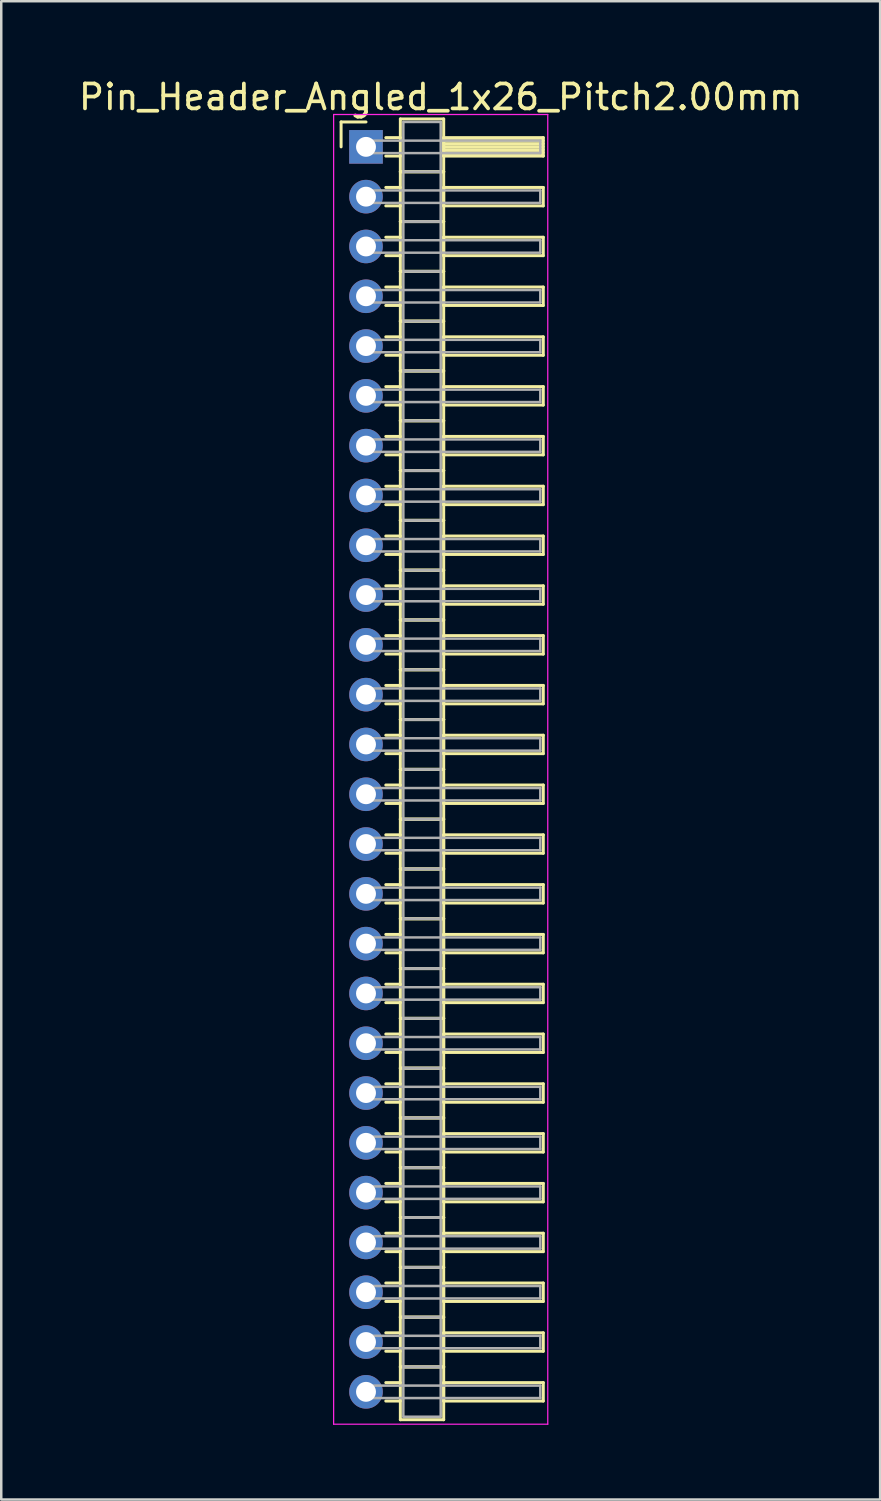
<source format=kicad_pcb>
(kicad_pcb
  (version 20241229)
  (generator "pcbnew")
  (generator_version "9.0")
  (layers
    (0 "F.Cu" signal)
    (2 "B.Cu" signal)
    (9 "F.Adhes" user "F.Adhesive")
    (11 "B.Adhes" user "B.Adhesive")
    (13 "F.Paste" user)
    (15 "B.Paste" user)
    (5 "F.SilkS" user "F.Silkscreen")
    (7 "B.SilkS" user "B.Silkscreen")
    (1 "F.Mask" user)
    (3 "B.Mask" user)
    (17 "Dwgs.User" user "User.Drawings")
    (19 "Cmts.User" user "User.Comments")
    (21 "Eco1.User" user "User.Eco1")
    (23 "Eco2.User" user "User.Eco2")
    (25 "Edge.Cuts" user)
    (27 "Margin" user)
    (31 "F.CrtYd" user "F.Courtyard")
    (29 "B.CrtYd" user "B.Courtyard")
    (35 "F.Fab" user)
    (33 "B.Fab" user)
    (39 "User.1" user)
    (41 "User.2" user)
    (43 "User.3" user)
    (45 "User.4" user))
  (footprint "Pin_Header_Angled_1x26_Pitch2.00mm"
    (layer "F.Cu")
    (at 11.649 2.848)
    (property "Reference" "Pin_Header_Angled_1x26_Pitch2.00mm" (at 3 -2 0) (layer "F.SilkS") (effects (font (size 1 1) (thickness 0.15))))
    (attr through_hole)
    (fp_line (start -1 -1) (end 0 -1) (stroke (width 0.12) (type solid)) (layer "F.SilkS"))
    (fp_line (start -1 0) (end -1 -1) (stroke (width 0.12) (type solid)) (layer "F.SilkS"))
    (fp_line (start 0.795 -0.37) (end 1.38 -0.37) (stroke (width 0.12) (type solid)) (layer "F.SilkS"))
    (fp_line (start 0.795 0.37) (end 1.38 0.37) (stroke (width 0.12) (type solid)) (layer "F.SilkS"))
    (fp_line (start 0.795 1.63) (end 1.38 1.63) (stroke (width 0.12) (type solid)) (layer "F.SilkS"))
    (fp_line (start 0.795 2.37) (end 1.38 2.37) (stroke (width 0.12) (type solid)) (layer "F.SilkS"))
    (fp_line (start 0.795 3.63) (end 1.38 3.63) (stroke (width 0.12) (type solid)) (layer "F.SilkS"))
    (fp_line (start 0.795 4.37) (end 1.38 4.37) (stroke (width 0.12) (type solid)) (layer "F.SilkS"))
    (fp_line (start 0.795 5.63) (end 1.38 5.63) (stroke (width 0.12) (type solid)) (layer "F.SilkS"))
    (fp_line (start 0.795 6.37) (end 1.38 6.37) (stroke (width 0.12) (type solid)) (layer "F.SilkS"))
    (fp_line (start 0.795 7.63) (end 1.38 7.63) (stroke (width 0.12) (type solid)) (layer "F.SilkS"))
    (fp_line (start 0.795 8.37) (end 1.38 8.37) (stroke (width 0.12) (type solid)) (layer "F.SilkS"))
    (fp_line (start 0.795 9.63) (end 1.38 9.63) (stroke (width 0.12) (type solid)) (layer "F.SilkS"))
    (fp_line (start 0.795 10.37) (end 1.38 10.37) (stroke (width 0.12) (type solid)) (layer "F.SilkS"))
    (fp_line (start 0.795 11.63) (end 1.38 11.63) (stroke (width 0.12) (type solid)) (layer "F.SilkS"))
    (fp_line (start 0.795 12.37) (end 1.38 12.37) (stroke (width 0.12) (type solid)) (layer "F.SilkS"))
    (fp_line (start 0.795 13.63) (end 1.38 13.63) (stroke (width 0.12) (type solid)) (layer "F.SilkS"))
    (fp_line (start 0.795 14.37) (end 1.38 14.37) (stroke (width 0.12) (type solid)) (layer "F.SilkS"))
    (fp_line (start 0.795 15.63) (end 1.38 15.63) (stroke (width 0.12) (type solid)) (layer "F.SilkS"))
    (fp_line (start 0.795 16.37) (end 1.38 16.37) (stroke (width 0.12) (type solid)) (layer "F.SilkS"))
    (fp_line (start 0.795 17.63) (end 1.38 17.63) (stroke (width 0.12) (type solid)) (layer "F.SilkS"))
    (fp_line (start 0.795 18.37) (end 1.38 18.37) (stroke (width 0.12) (type solid)) (layer "F.SilkS"))
    (fp_line (start 0.795 19.63) (end 1.38 19.63) (stroke (width 0.12) (type solid)) (layer "F.SilkS"))
    (fp_line (start 0.795 20.37) (end 1.38 20.37) (stroke (width 0.12) (type solid)) (layer "F.SilkS"))
    (fp_line (start 0.795 21.63) (end 1.38 21.63) (stroke (width 0.12) (type solid)) (layer "F.SilkS"))
    (fp_line (start 0.795 22.37) (end 1.38 22.37) (stroke (width 0.12) (type solid)) (layer "F.SilkS"))
    (fp_line (start 0.795 23.63) (end 1.38 23.63) (stroke (width 0.12) (type solid)) (layer "F.SilkS"))
    (fp_line (start 0.795 24.37) (end 1.38 24.37) (stroke (width 0.12) (type solid)) (layer "F.SilkS"))
    (fp_line (start 0.795 25.63) (end 1.38 25.63) (stroke (width 0.12) (type solid)) (layer "F.SilkS"))
    (fp_line (start 0.795 26.37) (end 1.38 26.37) (stroke (width 0.12) (type solid)) (layer "F.SilkS"))
    (fp_line (start 0.795 27.63) (end 1.38 27.63) (stroke (width 0.12) (type solid)) (layer "F.SilkS"))
    (fp_line (start 0.795 28.37) (end 1.38 28.37) (stroke (width 0.12) (type solid)) (layer "F.SilkS"))
    (fp_line (start 0.795 29.63) (end 1.38 29.63) (stroke (width 0.12) (type solid)) (layer "F.SilkS"))
    (fp_line (start 0.795 30.37) (end 1.38 30.37) (stroke (width 0.12) (type solid)) (layer "F.SilkS"))
    (fp_line (start 0.795 31.63) (end 1.38 31.63) (stroke (width 0.12) (type solid)) (layer "F.SilkS"))
    (fp_line (start 0.795 32.37) (end 1.38 32.37) (stroke (width 0.12) (type solid)) (layer "F.SilkS"))
    (fp_line (start 0.795 33.63) (end 1.38 33.63) (stroke (width 0.12) (type solid)) (layer "F.SilkS"))
    (fp_line (start 0.795 34.37) (end 1.38 34.37) (stroke (width 0.12) (type solid)) (layer "F.SilkS"))
    (fp_line (start 0.795 35.63) (end 1.38 35.63) (stroke (width 0.12) (type solid)) (layer "F.SilkS"))
    (fp_line (start 0.795 36.37) (end 1.38 36.37) (stroke (width 0.12) (type solid)) (layer "F.SilkS"))
    (fp_line (start 0.795 37.63) (end 1.38 37.63) (stroke (width 0.12) (type solid)) (layer "F.SilkS"))
    (fp_line (start 0.795 38.37) (end 1.38 38.37) (stroke (width 0.12) (type solid)) (layer "F.SilkS"))
    (fp_line (start 0.795 39.63) (end 1.38 39.63) (stroke (width 0.12) (type solid)) (layer "F.SilkS"))
    (fp_line (start 0.795 40.37) (end 1.38 40.37) (stroke (width 0.12) (type solid)) (layer "F.SilkS"))
    (fp_line (start 0.795 41.63) (end 1.38 41.63) (stroke (width 0.12) (type solid)) (layer "F.SilkS"))
    (fp_line (start 0.795 42.37) (end 1.38 42.37) (stroke (width 0.12) (type solid)) (layer "F.SilkS"))
    (fp_line (start 0.795 43.63) (end 1.38 43.63) (stroke (width 0.12) (type solid)) (layer "F.SilkS"))
    (fp_line (start 0.795 44.37) (end 1.38 44.37) (stroke (width 0.12) (type solid)) (layer "F.SilkS"))
    (fp_line (start 0.795 45.63) (end 1.38 45.63) (stroke (width 0.12) (type solid)) (layer "F.SilkS"))
    (fp_line (start 0.795 46.37) (end 1.38 46.37) (stroke (width 0.12) (type solid)) (layer "F.SilkS"))
    (fp_line (start 0.795 47.63) (end 1.38 47.63) (stroke (width 0.12) (type solid)) (layer "F.SilkS"))
    (fp_line (start 0.795 48.37) (end 1.38 48.37) (stroke (width 0.12) (type solid)) (layer "F.SilkS"))
    (fp_line (start 0.795 49.63) (end 1.38 49.63) (stroke (width 0.12) (type solid)) (layer "F.SilkS"))
    (fp_line (start 0.795 50.37) (end 1.38 50.37) (stroke (width 0.12) (type solid)) (layer "F.SilkS"))
    (fp_line (start 1.38 -1.12) (end 1.38 1) (stroke (width 0.12) (type solid)) (layer "F.SilkS"))
    (fp_line (start 1.38 1) (end 1.38 3) (stroke (width 0.12) (type solid)) (layer "F.SilkS"))
    (fp_line (start 1.38 1) (end 3.12 1) (stroke (width 0.12) (type solid)) (layer "F.SilkS"))
    (fp_line (start 1.38 3) (end 1.38 5) (stroke (width 0.12) (type solid)) (layer "F.SilkS"))
    (fp_line (start 1.38 3) (end 3.12 3) (stroke (width 0.12) (type solid)) (layer "F.SilkS"))
    (fp_line (start 1.38 5) (end 1.38 7) (stroke (width 0.12) (type solid)) (layer "F.SilkS"))
    (fp_line (start 1.38 5) (end 3.12 5) (stroke (width 0.12) (type solid)) (layer "F.SilkS"))
    (fp_line (start 1.38 7) (end 1.38 9) (stroke (width 0.12) (type solid)) (layer "F.SilkS"))
    (fp_line (start 1.38 7) (end 3.12 7) (stroke (width 0.12) (type solid)) (layer "F.SilkS"))
    (fp_line (start 1.38 9) (end 1.38 11) (stroke (width 0.12) (type solid)) (layer "F.SilkS"))
    (fp_line (start 1.38 9) (end 3.12 9) (stroke (width 0.12) (type solid)) (layer "F.SilkS"))
    (fp_line (start 1.38 11) (end 1.38 13) (stroke (width 0.12) (type solid)) (layer "F.SilkS"))
    (fp_line (start 1.38 11) (end 3.12 11) (stroke (width 0.12) (type solid)) (layer "F.SilkS"))
    (fp_line (start 1.38 13) (end 1.38 15) (stroke (width 0.12) (type solid)) (layer "F.SilkS"))
    (fp_line (start 1.38 13) (end 3.12 13) (stroke (width 0.12) (type solid)) (layer "F.SilkS"))
    (fp_line (start 1.38 15) (end 1.38 17) (stroke (width 0.12) (type solid)) (layer "F.SilkS"))
    (fp_line (start 1.38 15) (end 3.12 15) (stroke (width 0.12) (type solid)) (layer "F.SilkS"))
    (fp_line (start 1.38 17) (end 1.38 19) (stroke (width 0.12) (type solid)) (layer "F.SilkS"))
    (fp_line (start 1.38 17) (end 3.12 17) (stroke (width 0.12) (type solid)) (layer "F.SilkS"))
    (fp_line (start 1.38 19) (end 1.38 21) (stroke (width 0.12) (type solid)) (layer "F.SilkS"))
    (fp_line (start 1.38 19) (end 3.12 19) (stroke (width 0.12) (type solid)) (layer "F.SilkS"))
    (fp_line (start 1.38 21) (end 1.38 23) (stroke (width 0.12) (type solid)) (layer "F.SilkS"))
    (fp_line (start 1.38 21) (end 3.12 21) (stroke (width 0.12) (type solid)) (layer "F.SilkS"))
    (fp_line (start 1.38 23) (end 1.38 25) (stroke (width 0.12) (type solid)) (layer "F.SilkS"))
    (fp_line (start 1.38 23) (end 3.12 23) (stroke (width 0.12) (type solid)) (layer "F.SilkS"))
    (fp_line (start 1.38 25) (end 1.38 27) (stroke (width 0.12) (type solid)) (layer "F.SilkS"))
    (fp_line (start 1.38 25) (end 3.12 25) (stroke (width 0.12) (type solid)) (layer "F.SilkS"))
    (fp_line (start 1.38 27) (end 1.38 29) (stroke (width 0.12) (type solid)) (layer "F.SilkS"))
    (fp_line (start 1.38 27) (end 3.12 27) (stroke (width 0.12) (type solid)) (layer "F.SilkS"))
    (fp_line (start 1.38 29) (end 1.38 31) (stroke (width 0.12) (type solid)) (layer "F.SilkS"))
    (fp_line (start 1.38 29) (end 3.12 29) (stroke (width 0.12) (type solid)) (layer "F.SilkS"))
    (fp_line (start 1.38 31) (end 1.38 33) (stroke (width 0.12) (type solid)) (layer "F.SilkS"))
    (fp_line (start 1.38 31) (end 3.12 31) (stroke (width 0.12) (type solid)) (layer "F.SilkS"))
    (fp_line (start 1.38 33) (end 1.38 35) (stroke (width 0.12) (type solid)) (layer "F.SilkS"))
    (fp_line (start 1.38 33) (end 3.12 33) (stroke (width 0.12) (type solid)) (layer "F.SilkS"))
    (fp_line (start 1.38 35) (end 1.38 37) (stroke (width 0.12) (type solid)) (layer "F.SilkS"))
    (fp_line (start 1.38 35) (end 3.12 35) (stroke (width 0.12) (type solid)) (layer "F.SilkS"))
    (fp_line (start 1.38 37) (end 1.38 39) (stroke (width 0.12) (type solid)) (layer "F.SilkS"))
    (fp_line (start 1.38 37) (end 3.12 37) (stroke (width 0.12) (type solid)) (layer "F.SilkS"))
    (fp_line (start 1.38 39) (end 1.38 41) (stroke (width 0.12) (type solid)) (layer "F.SilkS"))
    (fp_line (start 1.38 39) (end 3.12 39) (stroke (width 0.12) (type solid)) (layer "F.SilkS"))
    (fp_line (start 1.38 41) (end 1.38 43) (stroke (width 0.12) (type solid)) (layer "F.SilkS"))
    (fp_line (start 1.38 41) (end 3.12 41) (stroke (width 0.12) (type solid)) (layer "F.SilkS"))
    (fp_line (start 1.38 43) (end 1.38 45) (stroke (width 0.12) (type solid)) (layer "F.SilkS"))
    (fp_line (start 1.38 43) (end 3.12 43) (stroke (width 0.12) (type solid)) (layer "F.SilkS"))
    (fp_line (start 1.38 45) (end 1.38 47) (stroke (width 0.12) (type solid)) (layer "F.SilkS"))
    (fp_line (start 1.38 45) (end 3.12 45) (stroke (width 0.12) (type solid)) (layer "F.SilkS"))
    (fp_line (start 1.38 47) (end 1.38 49) (stroke (width 0.12) (type solid)) (layer "F.SilkS"))
    (fp_line (start 1.38 47) (end 3.12 47) (stroke (width 0.12) (type solid)) (layer "F.SilkS"))
    (fp_line (start 1.38 49) (end 1.38 51.12) (stroke (width 0.12) (type solid)) (layer "F.SilkS"))
    (fp_line (start 1.38 49) (end 3.12 49) (stroke (width 0.12) (type solid)) (layer "F.SilkS"))
    (fp_line (start 1.38 51.12) (end 3.12 51.12) (stroke (width 0.12) (type solid)) (layer "F.SilkS"))
    (fp_line (start 3.12 -1.12) (end 1.38 -1.12) (stroke (width 0.12) (type solid)) (layer "F.SilkS"))
    (fp_line (start 3.12 -0.37) (end 3.12 0.37) (stroke (width 0.12) (type solid)) (layer "F.SilkS"))
    (fp_line (start 3.12 -0.25) (end 7.12 -0.25) (stroke (width 0.12) (type solid)) (layer "F.SilkS"))
    (fp_line (start 3.12 -0.13) (end 7.12 -0.13) (stroke (width 0.12) (type solid)) (layer "F.SilkS"))
    (fp_line (start 3.12 -0.01) (end 7.12 -0.01) (stroke (width 0.12) (type solid)) (layer "F.SilkS"))
    (fp_line (start 3.12 0.11) (end 7.12 0.11) (stroke (width 0.12) (type solid)) (layer "F.SilkS"))
    (fp_line (start 3.12 0.23) (end 7.12 0.23) (stroke (width 0.12) (type solid)) (layer "F.SilkS"))
    (fp_line (start 3.12 0.35) (end 7.12 0.35) (stroke (width 0.12) (type solid)) (layer "F.SilkS"))
    (fp_line (start 3.12 0.37) (end 7.12 0.37) (stroke (width 0.12) (type solid)) (layer "F.SilkS"))
    (fp_line (start 3.12 1) (end 1.38 1) (stroke (width 0.12) (type solid)) (layer "F.SilkS"))
    (fp_line (start 3.12 1) (end 3.12 -1.12) (stroke (width 0.12) (type solid)) (layer "F.SilkS"))
    (fp_line (start 3.12 1.63) (end 3.12 2.37) (stroke (width 0.12) (type solid)) (layer "F.SilkS"))
    (fp_line (start 3.12 2.37) (end 7.12 2.37) (stroke (width 0.12) (type solid)) (layer "F.SilkS"))
    (fp_line (start 3.12 3) (end 1.38 3) (stroke (width 0.12) (type solid)) (layer "F.SilkS"))
    (fp_line (start 3.12 3) (end 3.12 1) (stroke (width 0.12) (type solid)) (layer "F.SilkS"))
    (fp_line (start 3.12 3.63) (end 3.12 4.37) (stroke (width 0.12) (type solid)) (layer "F.SilkS"))
    (fp_line (start 3.12 4.37) (end 7.12 4.37) (stroke (width 0.12) (type solid)) (layer "F.SilkS"))
    (fp_line (start 3.12 5) (end 1.38 5) (stroke (width 0.12) (type solid)) (layer "F.SilkS"))
    (fp_line (start 3.12 5) (end 3.12 3) (stroke (width 0.12) (type solid)) (layer "F.SilkS"))
    (fp_line (start 3.12 5.63) (end 3.12 6.37) (stroke (width 0.12) (type solid)) (layer "F.SilkS"))
    (fp_line (start 3.12 6.37) (end 7.12 6.37) (stroke (width 0.12) (type solid)) (layer "F.SilkS"))
    (fp_line (start 3.12 7) (end 1.38 7) (stroke (width 0.12) (type solid)) (layer "F.SilkS"))
    (fp_line (start 3.12 7) (end 3.12 5) (stroke (width 0.12) (type solid)) (layer "F.SilkS"))
    (fp_line (start 3.12 7.63) (end 3.12 8.37) (stroke (width 0.12) (type solid)) (layer "F.SilkS"))
    (fp_line (start 3.12 8.37) (end 7.12 8.37) (stroke (width 0.12) (type solid)) (layer "F.SilkS"))
    (fp_line (start 3.12 9) (end 1.38 9) (stroke (width 0.12) (type solid)) (layer "F.SilkS"))
    (fp_line (start 3.12 9) (end 3.12 7) (stroke (width 0.12) (type solid)) (layer "F.SilkS"))
    (fp_line (start 3.12 9.63) (end 3.12 10.37) (stroke (width 0.12) (type solid)) (layer "F.SilkS"))
    (fp_line (start 3.12 10.37) (end 7.12 10.37) (stroke (width 0.12) (type solid)) (layer "F.SilkS"))
    (fp_line (start 3.12 11) (end 1.38 11) (stroke (width 0.12) (type solid)) (layer "F.SilkS"))
    (fp_line (start 3.12 11) (end 3.12 9) (stroke (width 0.12) (type solid)) (layer "F.SilkS"))
    (fp_line (start 3.12 11.63) (end 3.12 12.37) (stroke (width 0.12) (type solid)) (layer "F.SilkS"))
    (fp_line (start 3.12 12.37) (end 7.12 12.37) (stroke (width 0.12) (type solid)) (layer "F.SilkS"))
    (fp_line (start 3.12 13) (end 1.38 13) (stroke (width 0.12) (type solid)) (layer "F.SilkS"))
    (fp_line (start 3.12 13) (end 3.12 11) (stroke (width 0.12) (type solid)) (layer "F.SilkS"))
    (fp_line (start 3.12 13.63) (end 3.12 14.37) (stroke (width 0.12) (type solid)) (layer "F.SilkS"))
    (fp_line (start 3.12 14.37) (end 7.12 14.37) (stroke (width 0.12) (type solid)) (layer "F.SilkS"))
    (fp_line (start 3.12 15) (end 1.38 15) (stroke (width 0.12) (type solid)) (layer "F.SilkS"))
    (fp_line (start 3.12 15) (end 3.12 13) (stroke (width 0.12) (type solid)) (layer "F.SilkS"))
    (fp_line (start 3.12 15.63) (end 3.12 16.37) (stroke (width 0.12) (type solid)) (layer "F.SilkS"))
    (fp_line (start 3.12 16.37) (end 7.12 16.37) (stroke (width 0.12) (type solid)) (layer "F.SilkS"))
    (fp_line (start 3.12 17) (end 1.38 17) (stroke (width 0.12) (type solid)) (layer "F.SilkS"))
    (fp_line (start 3.12 17) (end 3.12 15) (stroke (width 0.12) (type solid)) (layer "F.SilkS"))
    (fp_line (start 3.12 17.63) (end 3.12 18.37) (stroke (width 0.12) (type solid)) (layer "F.SilkS"))
    (fp_line (start 3.12 18.37) (end 7.12 18.37) (stroke (width 0.12) (type solid)) (layer "F.SilkS"))
    (fp_line (start 3.12 19) (end 1.38 19) (stroke (width 0.12) (type solid)) (layer "F.SilkS"))
    (fp_line (start 3.12 19) (end 3.12 17) (stroke (width 0.12) (type solid)) (layer "F.SilkS"))
    (fp_line (start 3.12 19.63) (end 3.12 20.37) (stroke (width 0.12) (type solid)) (layer "F.SilkS"))
    (fp_line (start 3.12 20.37) (end 7.12 20.37) (stroke (width 0.12) (type solid)) (layer "F.SilkS"))
    (fp_line (start 3.12 21) (end 1.38 21) (stroke (width 0.12) (type solid)) (layer "F.SilkS"))
    (fp_line (start 3.12 21) (end 3.12 19) (stroke (width 0.12) (type solid)) (layer "F.SilkS"))
    (fp_line (start 3.12 21.63) (end 3.12 22.37) (stroke (width 0.12) (type solid)) (layer "F.SilkS"))
    (fp_line (start 3.12 22.37) (end 7.12 22.37) (stroke (width 0.12) (type solid)) (layer "F.SilkS"))
    (fp_line (start 3.12 23) (end 1.38 23) (stroke (width 0.12) (type solid)) (layer "F.SilkS"))
    (fp_line (start 3.12 23) (end 3.12 21) (stroke (width 0.12) (type solid)) (layer "F.SilkS"))
    (fp_line (start 3.12 23.63) (end 3.12 24.37) (stroke (width 0.12) (type solid)) (layer "F.SilkS"))
    (fp_line (start 3.12 24.37) (end 7.12 24.37) (stroke (width 0.12) (type solid)) (layer "F.SilkS"))
    (fp_line (start 3.12 25) (end 1.38 25) (stroke (width 0.12) (type solid)) (layer "F.SilkS"))
    (fp_line (start 3.12 25) (end 3.12 23) (stroke (width 0.12) (type solid)) (layer "F.SilkS"))
    (fp_line (start 3.12 25.63) (end 3.12 26.37) (stroke (width 0.12) (type solid)) (layer "F.SilkS"))
    (fp_line (start 3.12 26.37) (end 7.12 26.37) (stroke (width 0.12) (type solid)) (layer "F.SilkS"))
    (fp_line (start 3.12 27) (end 1.38 27) (stroke (width 0.12) (type solid)) (layer "F.SilkS"))
    (fp_line (start 3.12 27) (end 3.12 25) (stroke (width 0.12) (type solid)) (layer "F.SilkS"))
    (fp_line (start 3.12 27.63) (end 3.12 28.37) (stroke (width 0.12) (type solid)) (layer "F.SilkS"))
    (fp_line (start 3.12 28.37) (end 7.12 28.37) (stroke (width 0.12) (type solid)) (layer "F.SilkS"))
    (fp_line (start 3.12 29) (end 1.38 29) (stroke (width 0.12) (type solid)) (layer "F.SilkS"))
    (fp_line (start 3.12 29) (end 3.12 27) (stroke (width 0.12) (type solid)) (layer "F.SilkS"))
    (fp_line (start 3.12 29.63) (end 3.12 30.37) (stroke (width 0.12) (type solid)) (layer "F.SilkS"))
    (fp_line (start 3.12 30.37) (end 7.12 30.37) (stroke (width 0.12) (type solid)) (layer "F.SilkS"))
    (fp_line (start 3.12 31) (end 1.38 31) (stroke (width 0.12) (type solid)) (layer "F.SilkS"))
    (fp_line (start 3.12 31) (end 3.12 29) (stroke (width 0.12) (type solid)) (layer "F.SilkS"))
    (fp_line (start 3.12 31.63) (end 3.12 32.37) (stroke (width 0.12) (type solid)) (layer "F.SilkS"))
    (fp_line (start 3.12 32.37) (end 7.12 32.37) (stroke (width 0.12) (type solid)) (layer "F.SilkS"))
    (fp_line (start 3.12 33) (end 1.38 33) (stroke (width 0.12) (type solid)) (layer "F.SilkS"))
    (fp_line (start 3.12 33) (end 3.12 31) (stroke (width 0.12) (type solid)) (layer "F.SilkS"))
    (fp_line (start 3.12 33.63) (end 3.12 34.37) (stroke (width 0.12) (type solid)) (layer "F.SilkS"))
    (fp_line (start 3.12 34.37) (end 7.12 34.37) (stroke (width 0.12) (type solid)) (layer "F.SilkS"))
    (fp_line (start 3.12 35) (end 1.38 35) (stroke (width 0.12) (type solid)) (layer "F.SilkS"))
    (fp_line (start 3.12 35) (end 3.12 33) (stroke (width 0.12) (type solid)) (layer "F.SilkS"))
    (fp_line (start 3.12 35.63) (end 3.12 36.37) (stroke (width 0.12) (type solid)) (layer "F.SilkS"))
    (fp_line (start 3.12 36.37) (end 7.12 36.37) (stroke (width 0.12) (type solid)) (layer "F.SilkS"))
    (fp_line (start 3.12 37) (end 1.38 37) (stroke (width 0.12) (type solid)) (layer "F.SilkS"))
    (fp_line (start 3.12 37) (end 3.12 35) (stroke (width 0.12) (type solid)) (layer "F.SilkS"))
    (fp_line (start 3.12 37.63) (end 3.12 38.37) (stroke (width 0.12) (type solid)) (layer "F.SilkS"))
    (fp_line (start 3.12 38.37) (end 7.12 38.37) (stroke (width 0.12) (type solid)) (layer "F.SilkS"))
    (fp_line (start 3.12 39) (end 1.38 39) (stroke (width 0.12) (type solid)) (layer "F.SilkS"))
    (fp_line (start 3.12 39) (end 3.12 37) (stroke (width 0.12) (type solid)) (layer "F.SilkS"))
    (fp_line (start 3.12 39.63) (end 3.12 40.37) (stroke (width 0.12) (type solid)) (layer "F.SilkS"))
    (fp_line (start 3.12 40.37) (end 7.12 40.37) (stroke (width 0.12) (type solid)) (layer "F.SilkS"))
    (fp_line (start 3.12 41) (end 1.38 41) (stroke (width 0.12) (type solid)) (layer "F.SilkS"))
    (fp_line (start 3.12 41) (end 3.12 39) (stroke (width 0.12) (type solid)) (layer "F.SilkS"))
    (fp_line (start 3.12 41.63) (end 3.12 42.37) (stroke (width 0.12) (type solid)) (layer "F.SilkS"))
    (fp_line (start 3.12 42.37) (end 7.12 42.37) (stroke (width 0.12) (type solid)) (layer "F.SilkS"))
    (fp_line (start 3.12 43) (end 1.38 43) (stroke (width 0.12) (type solid)) (layer "F.SilkS"))
    (fp_line (start 3.12 43) (end 3.12 41) (stroke (width 0.12) (type solid)) (layer "F.SilkS"))
    (fp_line (start 3.12 43.63) (end 3.12 44.37) (stroke (width 0.12) (type solid)) (layer "F.SilkS"))
    (fp_line (start 3.12 44.37) (end 7.12 44.37) (stroke (width 0.12) (type solid)) (layer "F.SilkS"))
    (fp_line (start 3.12 45) (end 1.38 45) (stroke (width 0.12) (type solid)) (layer "F.SilkS"))
    (fp_line (start 3.12 45) (end 3.12 43) (stroke (width 0.12) (type solid)) (layer "F.SilkS"))
    (fp_line (start 3.12 45.63) (end 3.12 46.37) (stroke (width 0.12) (type solid)) (layer "F.SilkS"))
    (fp_line (start 3.12 46.37) (end 7.12 46.37) (stroke (width 0.12) (type solid)) (layer "F.SilkS"))
    (fp_line (start 3.12 47) (end 1.38 47) (stroke (width 0.12) (type solid)) (layer "F.SilkS"))
    (fp_line (start 3.12 47) (end 3.12 45) (stroke (width 0.12) (type solid)) (layer "F.SilkS"))
    (fp_line (start 3.12 47.63) (end 3.12 48.37) (stroke (width 0.12) (type solid)) (layer "F.SilkS"))
    (fp_line (start 3.12 48.37) (end 7.12 48.37) (stroke (width 0.12) (type solid)) (layer "F.SilkS"))
    (fp_line (start 3.12 49) (end 1.38 49) (stroke (width 0.12) (type solid)) (layer "F.SilkS"))
    (fp_line (start 3.12 49) (end 3.12 47) (stroke (width 0.12) (type solid)) (layer "F.SilkS"))
    (fp_line (start 3.12 49.63) (end 3.12 50.37) (stroke (width 0.12) (type solid)) (layer "F.SilkS"))
    (fp_line (start 3.12 50.37) (end 7.12 50.37) (stroke (width 0.12) (type solid)) (layer "F.SilkS"))
    (fp_line (start 3.12 51.12) (end 3.12 49) (stroke (width 0.12) (type solid)) (layer "F.SilkS"))
    (fp_line (start 7.12 -0.37) (end 3.12 -0.37) (stroke (width 0.12) (type solid)) (layer "F.SilkS"))
    (fp_line (start 7.12 0.37) (end 7.12 -0.37) (stroke (width 0.12) (type solid)) (layer "F.SilkS"))
    (fp_line (start 7.12 1.63) (end 3.12 1.63) (stroke (width 0.12) (type solid)) (layer "F.SilkS"))
    (fp_line (start 7.12 2.37) (end 7.12 1.63) (stroke (width 0.12) (type solid)) (layer "F.SilkS"))
    (fp_line (start 7.12 3.63) (end 3.12 3.63) (stroke (width 0.12) (type solid)) (layer "F.SilkS"))
    (fp_line (start 7.12 4.37) (end 7.12 3.63) (stroke (width 0.12) (type solid)) (layer "F.SilkS"))
    (fp_line (start 7.12 5.63) (end 3.12 5.63) (stroke (width 0.12) (type solid)) (layer "F.SilkS"))
    (fp_line (start 7.12 6.37) (end 7.12 5.63) (stroke (width 0.12) (type solid)) (layer "F.SilkS"))
    (fp_line (start 7.12 7.63) (end 3.12 7.63) (stroke (width 0.12) (type solid)) (layer "F.SilkS"))
    (fp_line (start 7.12 8.37) (end 7.12 7.63) (stroke (width 0.12) (type solid)) (layer "F.SilkS"))
    (fp_line (start 7.12 9.63) (end 3.12 9.63) (stroke (width 0.12) (type solid)) (layer "F.SilkS"))
    (fp_line (start 7.12 10.37) (end 7.12 9.63) (stroke (width 0.12) (type solid)) (layer "F.SilkS"))
    (fp_line (start 7.12 11.63) (end 3.12 11.63) (stroke (width 0.12) (type solid)) (layer "F.SilkS"))
    (fp_line (start 7.12 12.37) (end 7.12 11.63) (stroke (width 0.12) (type solid)) (layer "F.SilkS"))
    (fp_line (start 7.12 13.63) (end 3.12 13.63) (stroke (width 0.12) (type solid)) (layer "F.SilkS"))
    (fp_line (start 7.12 14.37) (end 7.12 13.63) (stroke (width 0.12) (type solid)) (layer "F.SilkS"))
    (fp_line (start 7.12 15.63) (end 3.12 15.63) (stroke (width 0.12) (type solid)) (layer "F.SilkS"))
    (fp_line (start 7.12 16.37) (end 7.12 15.63) (stroke (width 0.12) (type solid)) (layer "F.SilkS"))
    (fp_line (start 7.12 17.63) (end 3.12 17.63) (stroke (width 0.12) (type solid)) (layer "F.SilkS"))
    (fp_line (start 7.12 18.37) (end 7.12 17.63) (stroke (width 0.12) (type solid)) (layer "F.SilkS"))
    (fp_line (start 7.12 19.63) (end 3.12 19.63) (stroke (width 0.12) (type solid)) (layer "F.SilkS"))
    (fp_line (start 7.12 20.37) (end 7.12 19.63) (stroke (width 0.12) (type solid)) (layer "F.SilkS"))
    (fp_line (start 7.12 21.63) (end 3.12 21.63) (stroke (width 0.12) (type solid)) (layer "F.SilkS"))
    (fp_line (start 7.12 22.37) (end 7.12 21.63) (stroke (width 0.12) (type solid)) (layer "F.SilkS"))
    (fp_line (start 7.12 23.63) (end 3.12 23.63) (stroke (width 0.12) (type solid)) (layer "F.SilkS"))
    (fp_line (start 7.12 24.37) (end 7.12 23.63) (stroke (width 0.12) (type solid)) (layer "F.SilkS"))
    (fp_line (start 7.12 25.63) (end 3.12 25.63) (stroke (width 0.12) (type solid)) (layer "F.SilkS"))
    (fp_line (start 7.12 26.37) (end 7.12 25.63) (stroke (width 0.12) (type solid)) (layer "F.SilkS"))
    (fp_line (start 7.12 27.63) (end 3.12 27.63) (stroke (width 0.12) (type solid)) (layer "F.SilkS"))
    (fp_line (start 7.12 28.37) (end 7.12 27.63) (stroke (width 0.12) (type solid)) (layer "F.SilkS"))
    (fp_line (start 7.12 29.63) (end 3.12 29.63) (stroke (width 0.12) (type solid)) (layer "F.SilkS"))
    (fp_line (start 7.12 30.37) (end 7.12 29.63) (stroke (width 0.12) (type solid)) (layer "F.SilkS"))
    (fp_line (start 7.12 31.63) (end 3.12 31.63) (stroke (width 0.12) (type solid)) (layer "F.SilkS"))
    (fp_line (start 7.12 32.37) (end 7.12 31.63) (stroke (width 0.12) (type solid)) (layer "F.SilkS"))
    (fp_line (start 7.12 33.63) (end 3.12 33.63) (stroke (width 0.12) (type solid)) (layer "F.SilkS"))
    (fp_line (start 7.12 34.37) (end 7.12 33.63) (stroke (width 0.12) (type solid)) (layer "F.SilkS"))
    (fp_line (start 7.12 35.63) (end 3.12 35.63) (stroke (width 0.12) (type solid)) (layer "F.SilkS"))
    (fp_line (start 7.12 36.37) (end 7.12 35.63) (stroke (width 0.12) (type solid)) (layer "F.SilkS"))
    (fp_line (start 7.12 37.63) (end 3.12 37.63) (stroke (width 0.12) (type solid)) (layer "F.SilkS"))
    (fp_line (start 7.12 38.37) (end 7.12 37.63) (stroke (width 0.12) (type solid)) (layer "F.SilkS"))
    (fp_line (start 7.12 39.63) (end 3.12 39.63) (stroke (width 0.12) (type solid)) (layer "F.SilkS"))
    (fp_line (start 7.12 40.37) (end 7.12 39.63) (stroke (width 0.12) (type solid)) (layer "F.SilkS"))
    (fp_line (start 7.12 41.63) (end 3.12 41.63) (stroke (width 0.12) (type solid)) (layer "F.SilkS"))
    (fp_line (start 7.12 42.37) (end 7.12 41.63) (stroke (width 0.12) (type solid)) (layer "F.SilkS"))
    (fp_line (start 7.12 43.63) (end 3.12 43.63) (stroke (width 0.12) (type solid)) (layer "F.SilkS"))
    (fp_line (start 7.12 44.37) (end 7.12 43.63) (stroke (width 0.12) (type solid)) (layer "F.SilkS"))
    (fp_line (start 7.12 45.63) (end 3.12 45.63) (stroke (width 0.12) (type solid)) (layer "F.SilkS"))
    (fp_line (start 7.12 46.37) (end 7.12 45.63) (stroke (width 0.12) (type solid)) (layer "F.SilkS"))
    (fp_line (start 7.12 47.63) (end 3.12 47.63) (stroke (width 0.12) (type solid)) (layer "F.SilkS"))
    (fp_line (start 7.12 48.37) (end 7.12 47.63) (stroke (width 0.12) (type solid)) (layer "F.SilkS"))
    (fp_line (start 7.12 49.63) (end 3.12 49.63) (stroke (width 0.12) (type solid)) (layer "F.SilkS"))
    (fp_line (start 7.12 50.37) (end 7.12 49.63) (stroke (width 0.12) (type solid)) (layer "F.SilkS"))
    (fp_line (start -1.3 -1.3) (end -1.3 51.3) (stroke (width 0.05) (type solid)) (layer "F.CrtYd"))
    (fp_line (start -1.3 51.3) (end 7.3 51.3) (stroke (width 0.05) (type solid)) (layer "F.CrtYd"))
    (fp_line (start 7.3 -1.3) (end -1.3 -1.3) (stroke (width 0.05) (type solid)) (layer "F.CrtYd"))
    (fp_line (start 7.3 51.3) (end 7.3 -1.3) (stroke (width 0.05) (type solid)) (layer "F.CrtYd"))
    (fp_line (start 0 -0.25) (end 0 0.25) (stroke (width 0.1) (type solid)) (layer "F.Fab"))
    (fp_line (start 0 0.25) (end 7 0.25) (stroke (width 0.1) (type solid)) (layer "F.Fab"))
    (fp_line (start 0 1.75) (end 0 2.25) (stroke (width 0.1) (type solid)) (layer "F.Fab"))
    (fp_line (start 0 2.25) (end 7 2.25) (stroke (width 0.1) (type solid)) (layer "F.Fab"))
    (fp_line (start 0 3.75) (end 0 4.25) (stroke (width 0.1) (type solid)) (layer "F.Fab"))
    (fp_line (start 0 4.25) (end 7 4.25) (stroke (width 0.1) (type solid)) (layer "F.Fab"))
    (fp_line (start 0 5.75) (end 0 6.25) (stroke (width 0.1) (type solid)) (layer "F.Fab"))
    (fp_line (start 0 6.25) (end 7 6.25) (stroke (width 0.1) (type solid)) (layer "F.Fab"))
    (fp_line (start 0 7.75) (end 0 8.25) (stroke (width 0.1) (type solid)) (layer "F.Fab"))
    (fp_line (start 0 8.25) (end 7 8.25) (stroke (width 0.1) (type solid)) (layer "F.Fab"))
    (fp_line (start 0 9.75) (end 0 10.25) (stroke (width 0.1) (type solid)) (layer "F.Fab"))
    (fp_line (start 0 10.25) (end 7 10.25) (stroke (width 0.1) (type solid)) (layer "F.Fab"))
    (fp_line (start 0 11.75) (end 0 12.25) (stroke (width 0.1) (type solid)) (layer "F.Fab"))
    (fp_line (start 0 12.25) (end 7 12.25) (stroke (width 0.1) (type solid)) (layer "F.Fab"))
    (fp_line (start 0 13.75) (end 0 14.25) (stroke (width 0.1) (type solid)) (layer "F.Fab"))
    (fp_line (start 0 14.25) (end 7 14.25) (stroke (width 0.1) (type solid)) (layer "F.Fab"))
    (fp_line (start 0 15.75) (end 0 16.25) (stroke (width 0.1) (type solid)) (layer "F.Fab"))
    (fp_line (start 0 16.25) (end 7 16.25) (stroke (width 0.1) (type solid)) (layer "F.Fab"))
    (fp_line (start 0 17.75) (end 0 18.25) (stroke (width 0.1) (type solid)) (layer "F.Fab"))
    (fp_line (start 0 18.25) (end 7 18.25) (stroke (width 0.1) (type solid)) (layer "F.Fab"))
    (fp_line (start 0 19.75) (end 0 20.25) (stroke (width 0.1) (type solid)) (layer "F.Fab"))
    (fp_line (start 0 20.25) (end 7 20.25) (stroke (width 0.1) (type solid)) (layer "F.Fab"))
    (fp_line (start 0 21.75) (end 0 22.25) (stroke (width 0.1) (type solid)) (layer "F.Fab"))
    (fp_line (start 0 22.25) (end 7 22.25) (stroke (width 0.1) (type solid)) (layer "F.Fab"))
    (fp_line (start 0 23.75) (end 0 24.25) (stroke (width 0.1) (type solid)) (layer "F.Fab"))
    (fp_line (start 0 24.25) (end 7 24.25) (stroke (width 0.1) (type solid)) (layer "F.Fab"))
    (fp_line (start 0 25.75) (end 0 26.25) (stroke (width 0.1) (type solid)) (layer "F.Fab"))
    (fp_line (start 0 26.25) (end 7 26.25) (stroke (width 0.1) (type solid)) (layer "F.Fab"))
    (fp_line (start 0 27.75) (end 0 28.25) (stroke (width 0.1) (type solid)) (layer "F.Fab"))
    (fp_line (start 0 28.25) (end 7 28.25) (stroke (width 0.1) (type solid)) (layer "F.Fab"))
    (fp_line (start 0 29.75) (end 0 30.25) (stroke (width 0.1) (type solid)) (layer "F.Fab"))
    (fp_line (start 0 30.25) (end 7 30.25) (stroke (width 0.1) (type solid)) (layer "F.Fab"))
    (fp_line (start 0 31.75) (end 0 32.25) (stroke (width 0.1) (type solid)) (layer "F.Fab"))
    (fp_line (start 0 32.25) (end 7 32.25) (stroke (width 0.1) (type solid)) (layer "F.Fab"))
    (fp_line (start 0 33.75) (end 0 34.25) (stroke (width 0.1) (type solid)) (layer "F.Fab"))
    (fp_line (start 0 34.25) (end 7 34.25) (stroke (width 0.1) (type solid)) (layer "F.Fab"))
    (fp_line (start 0 35.75) (end 0 36.25) (stroke (width 0.1) (type solid)) (layer "F.Fab"))
    (fp_line (start 0 36.25) (end 7 36.25) (stroke (width 0.1) (type solid)) (layer "F.Fab"))
    (fp_line (start 0 37.75) (end 0 38.25) (stroke (width 0.1) (type solid)) (layer "F.Fab"))
    (fp_line (start 0 38.25) (end 7 38.25) (stroke (width 0.1) (type solid)) (layer "F.Fab"))
    (fp_line (start 0 39.75) (end 0 40.25) (stroke (width 0.1) (type solid)) (layer "F.Fab"))
    (fp_line (start 0 40.25) (end 7 40.25) (stroke (width 0.1) (type solid)) (layer "F.Fab"))
    (fp_line (start 0 41.75) (end 0 42.25) (stroke (width 0.1) (type solid)) (layer "F.Fab"))
    (fp_line (start 0 42.25) (end 7 42.25) (stroke (width 0.1) (type solid)) (layer "F.Fab"))
    (fp_line (start 0 43.75) (end 0 44.25) (stroke (width 0.1) (type solid)) (layer "F.Fab"))
    (fp_line (start 0 44.25) (end 7 44.25) (stroke (width 0.1) (type solid)) (layer "F.Fab"))
    (fp_line (start 0 45.75) (end 0 46.25) (stroke (width 0.1) (type solid)) (layer "F.Fab"))
    (fp_line (start 0 46.25) (end 7 46.25) (stroke (width 0.1) (type solid)) (layer "F.Fab"))
    (fp_line (start 0 47.75) (end 0 48.25) (stroke (width 0.1) (type solid)) (layer "F.Fab"))
    (fp_line (start 0 48.25) (end 7 48.25) (stroke (width 0.1) (type solid)) (layer "F.Fab"))
    (fp_line (start 0 49.75) (end 0 50.25) (stroke (width 0.1) (type solid)) (layer "F.Fab"))
    (fp_line (start 0 50.25) (end 7 50.25) (stroke (width 0.1) (type solid)) (layer "F.Fab"))
    (fp_line (start 1.5 -1) (end 1.5 1) (stroke (width 0.1) (type solid)) (layer "F.Fab"))
    (fp_line (start 1.5 1) (end 1.5 3) (stroke (width 0.1) (type solid)) (layer "F.Fab"))
    (fp_line (start 1.5 1) (end 3 1) (stroke (width 0.1) (type solid)) (layer "F.Fab"))
    (fp_line (start 1.5 3) (end 1.5 5) (stroke (width 0.1) (type solid)) (layer "F.Fab"))
    (fp_line (start 1.5 3) (end 3 3) (stroke (width 0.1) (type solid)) (layer "F.Fab"))
    (fp_line (start 1.5 5) (end 1.5 7) (stroke (width 0.1) (type solid)) (layer "F.Fab"))
    (fp_line (start 1.5 5) (end 3 5) (stroke (width 0.1) (type solid)) (layer "F.Fab"))
    (fp_line (start 1.5 7) (end 1.5 9) (stroke (width 0.1) (type solid)) (layer "F.Fab"))
    (fp_line (start 1.5 7) (end 3 7) (stroke (width 0.1) (type solid)) (layer "F.Fab"))
    (fp_line (start 1.5 9) (end 1.5 11) (stroke (width 0.1) (type solid)) (layer "F.Fab"))
    (fp_line (start 1.5 9) (end 3 9) (stroke (width 0.1) (type solid)) (layer "F.Fab"))
    (fp_line (start 1.5 11) (end 1.5 13) (stroke (width 0.1) (type solid)) (layer "F.Fab"))
    (fp_line (start 1.5 11) (end 3 11) (stroke (width 0.1) (type solid)) (layer "F.Fab"))
    (fp_line (start 1.5 13) (end 1.5 15) (stroke (width 0.1) (type solid)) (layer "F.Fab"))
    (fp_line (start 1.5 13) (end 3 13) (stroke (width 0.1) (type solid)) (layer "F.Fab"))
    (fp_line (start 1.5 15) (end 1.5 17) (stroke (width 0.1) (type solid)) (layer "F.Fab"))
    (fp_line (start 1.5 15) (end 3 15) (stroke (width 0.1) (type solid)) (layer "F.Fab"))
    (fp_line (start 1.5 17) (end 1.5 19) (stroke (width 0.1) (type solid)) (layer "F.Fab"))
    (fp_line (start 1.5 17) (end 3 17) (stroke (width 0.1) (type solid)) (layer "F.Fab"))
    (fp_line (start 1.5 19) (end 1.5 21) (stroke (width 0.1) (type solid)) (layer "F.Fab"))
    (fp_line (start 1.5 19) (end 3 19) (stroke (width 0.1) (type solid)) (layer "F.Fab"))
    (fp_line (start 1.5 21) (end 1.5 23) (stroke (width 0.1) (type solid)) (layer "F.Fab"))
    (fp_line (start 1.5 21) (end 3 21) (stroke (width 0.1) (type solid)) (layer "F.Fab"))
    (fp_line (start 1.5 23) (end 1.5 25) (stroke (width 0.1) (type solid)) (layer "F.Fab"))
    (fp_line (start 1.5 23) (end 3 23) (stroke (width 0.1) (type solid)) (layer "F.Fab"))
    (fp_line (start 1.5 25) (end 1.5 27) (stroke (width 0.1) (type solid)) (layer "F.Fab"))
    (fp_line (start 1.5 25) (end 3 25) (stroke (width 0.1) (type solid)) (layer "F.Fab"))
    (fp_line (start 1.5 27) (end 1.5 29) (stroke (width 0.1) (type solid)) (layer "F.Fab"))
    (fp_line (start 1.5 27) (end 3 27) (stroke (width 0.1) (type solid)) (layer "F.Fab"))
    (fp_line (start 1.5 29) (end 1.5 31) (stroke (width 0.1) (type solid)) (layer "F.Fab"))
    (fp_line (start 1.5 29) (end 3 29) (stroke (width 0.1) (type solid)) (layer "F.Fab"))
    (fp_line (start 1.5 31) (end 1.5 33) (stroke (width 0.1) (type solid)) (layer "F.Fab"))
    (fp_line (start 1.5 31) (end 3 31) (stroke (width 0.1) (type solid)) (layer "F.Fab"))
    (fp_line (start 1.5 33) (end 1.5 35) (stroke (width 0.1) (type solid)) (layer "F.Fab"))
    (fp_line (start 1.5 33) (end 3 33) (stroke (width 0.1) (type solid)) (layer "F.Fab"))
    (fp_line (start 1.5 35) (end 1.5 37) (stroke (width 0.1) (type solid)) (layer "F.Fab"))
    (fp_line (start 1.5 35) (end 3 35) (stroke (width 0.1) (type solid)) (layer "F.Fab"))
    (fp_line (start 1.5 37) (end 1.5 39) (stroke (width 0.1) (type solid)) (layer "F.Fab"))
    (fp_line (start 1.5 37) (end 3 37) (stroke (width 0.1) (type solid)) (layer "F.Fab"))
    (fp_line (start 1.5 39) (end 1.5 41) (stroke (width 0.1) (type solid)) (layer "F.Fab"))
    (fp_line (start 1.5 39) (end 3 39) (stroke (width 0.1) (type solid)) (layer "F.Fab"))
    (fp_line (start 1.5 41) (end 1.5 43) (stroke (width 0.1) (type solid)) (layer "F.Fab"))
    (fp_line (start 1.5 41) (end 3 41) (stroke (width 0.1) (type solid)) (layer "F.Fab"))
    (fp_line (start 1.5 43) (end 1.5 45) (stroke (width 0.1) (type solid)) (layer "F.Fab"))
    (fp_line (start 1.5 43) (end 3 43) (stroke (width 0.1) (type solid)) (layer "F.Fab"))
    (fp_line (start 1.5 45) (end 1.5 47) (stroke (width 0.1) (type solid)) (layer "F.Fab"))
    (fp_line (start 1.5 45) (end 3 45) (stroke (width 0.1) (type solid)) (layer "F.Fab"))
    (fp_line (start 1.5 47) (end 1.5 49) (stroke (width 0.1) (type solid)) (layer "F.Fab"))
    (fp_line (start 1.5 47) (end 3 47) (stroke (width 0.1) (type solid)) (layer "F.Fab"))
    (fp_line (start 1.5 49) (end 1.5 51) (stroke (width 0.1) (type solid)) (layer "F.Fab"))
    (fp_line (start 1.5 49) (end 3 49) (stroke (width 0.1) (type solid)) (layer "F.Fab"))
    (fp_line (start 1.5 51) (end 3 51) (stroke (width 0.1) (type solid)) (layer "F.Fab"))
    (fp_line (start 3 -1) (end 1.5 -1) (stroke (width 0.1) (type solid)) (layer "F.Fab"))
    (fp_line (start 3 1) (end 1.5 1) (stroke (width 0.1) (type solid)) (layer "F.Fab"))
    (fp_line (start 3 1) (end 3 -1) (stroke (width 0.1) (type solid)) (layer "F.Fab"))
    (fp_line (start 3 3) (end 1.5 3) (stroke (width 0.1) (type solid)) (layer "F.Fab"))
    (fp_line (start 3 3) (end 3 1) (stroke (width 0.1) (type solid)) (layer "F.Fab"))
    (fp_line (start 3 5) (end 1.5 5) (stroke (width 0.1) (type solid)) (layer "F.Fab"))
    (fp_line (start 3 5) (end 3 3) (stroke (width 0.1) (type solid)) (layer "F.Fab"))
    (fp_line (start 3 7) (end 1.5 7) (stroke (width 0.1) (type solid)) (layer "F.Fab"))
    (fp_line (start 3 7) (end 3 5) (stroke (width 0.1) (type solid)) (layer "F.Fab"))
    (fp_line (start 3 9) (end 1.5 9) (stroke (width 0.1) (type solid)) (layer "F.Fab"))
    (fp_line (start 3 9) (end 3 7) (stroke (width 0.1) (type solid)) (layer "F.Fab"))
    (fp_line (start 3 11) (end 1.5 11) (stroke (width 0.1) (type solid)) (layer "F.Fab"))
    (fp_line (start 3 11) (end 3 9) (stroke (width 0.1) (type solid)) (layer "F.Fab"))
    (fp_line (start 3 13) (end 1.5 13) (stroke (width 0.1) (type solid)) (layer "F.Fab"))
    (fp_line (start 3 13) (end 3 11) (stroke (width 0.1) (type solid)) (layer "F.Fab"))
    (fp_line (start 3 15) (end 1.5 15) (stroke (width 0.1) (type solid)) (layer "F.Fab"))
    (fp_line (start 3 15) (end 3 13) (stroke (width 0.1) (type solid)) (layer "F.Fab"))
    (fp_line (start 3 17) (end 1.5 17) (stroke (width 0.1) (type solid)) (layer "F.Fab"))
    (fp_line (start 3 17) (end 3 15) (stroke (width 0.1) (type solid)) (layer "F.Fab"))
    (fp_line (start 3 19) (end 1.5 19) (stroke (width 0.1) (type solid)) (layer "F.Fab"))
    (fp_line (start 3 19) (end 3 17) (stroke (width 0.1) (type solid)) (layer "F.Fab"))
    (fp_line (start 3 21) (end 1.5 21) (stroke (width 0.1) (type solid)) (layer "F.Fab"))
    (fp_line (start 3 21) (end 3 19) (stroke (width 0.1) (type solid)) (layer "F.Fab"))
    (fp_line (start 3 23) (end 1.5 23) (stroke (width 0.1) (type solid)) (layer "F.Fab"))
    (fp_line (start 3 23) (end 3 21) (stroke (width 0.1) (type solid)) (layer "F.Fab"))
    (fp_line (start 3 25) (end 1.5 25) (stroke (width 0.1) (type solid)) (layer "F.Fab"))
    (fp_line (start 3 25) (end 3 23) (stroke (width 0.1) (type solid)) (layer "F.Fab"))
    (fp_line (start 3 27) (end 1.5 27) (stroke (width 0.1) (type solid)) (layer "F.Fab"))
    (fp_line (start 3 27) (end 3 25) (stroke (width 0.1) (type solid)) (layer "F.Fab"))
    (fp_line (start 3 29) (end 1.5 29) (stroke (width 0.1) (type solid)) (layer "F.Fab"))
    (fp_line (start 3 29) (end 3 27) (stroke (width 0.1) (type solid)) (layer "F.Fab"))
    (fp_line (start 3 31) (end 1.5 31) (stroke (width 0.1) (type solid)) (layer "F.Fab"))
    (fp_line (start 3 31) (end 3 29) (stroke (width 0.1) (type solid)) (layer "F.Fab"))
    (fp_line (start 3 33) (end 1.5 33) (stroke (width 0.1) (type solid)) (layer "F.Fab"))
    (fp_line (start 3 33) (end 3 31) (stroke (width 0.1) (type solid)) (layer "F.Fab"))
    (fp_line (start 3 35) (end 1.5 35) (stroke (width 0.1) (type solid)) (layer "F.Fab"))
    (fp_line (start 3 35) (end 3 33) (stroke (width 0.1) (type solid)) (layer "F.Fab"))
    (fp_line (start 3 37) (end 1.5 37) (stroke (width 0.1) (type solid)) (layer "F.Fab"))
    (fp_line (start 3 37) (end 3 35) (stroke (width 0.1) (type solid)) (layer "F.Fab"))
    (fp_line (start 3 39) (end 1.5 39) (stroke (width 0.1) (type solid)) (layer "F.Fab"))
    (fp_line (start 3 39) (end 3 37) (stroke (width 0.1) (type solid)) (layer "F.Fab"))
    (fp_line (start 3 41) (end 1.5 41) (stroke (width 0.1) (type solid)) (layer "F.Fab"))
    (fp_line (start 3 41) (end 3 39) (stroke (width 0.1) (type solid)) (layer "F.Fab"))
    (fp_line (start 3 43) (end 1.5 43) (stroke (width 0.1) (type solid)) (layer "F.Fab"))
    (fp_line (start 3 43) (end 3 41) (stroke (width 0.1) (type solid)) (layer "F.Fab"))
    (fp_line (start 3 45) (end 1.5 45) (stroke (width 0.1) (type solid)) (layer "F.Fab"))
    (fp_line (start 3 45) (end 3 43) (stroke (width 0.1) (type solid)) (layer "F.Fab"))
    (fp_line (start 3 47) (end 1.5 47) (stroke (width 0.1) (type solid)) (layer "F.Fab"))
    (fp_line (start 3 47) (end 3 45) (stroke (width 0.1) (type solid)) (layer "F.Fab"))
    (fp_line (start 3 49) (end 1.5 49) (stroke (width 0.1) (type solid)) (layer "F.Fab"))
    (fp_line (start 3 49) (end 3 47) (stroke (width 0.1) (type solid)) (layer "F.Fab"))
    (fp_line (start 3 51) (end 3 49) (stroke (width 0.1) (type solid)) (layer "F.Fab"))
    (fp_line (start 7 -0.25) (end 0 -0.25) (stroke (width 0.1) (type solid)) (layer "F.Fab"))
    (fp_line (start 7 0.25) (end 7 -0.25) (stroke (width 0.1) (type solid)) (layer "F.Fab"))
    (fp_line (start 7 1.75) (end 0 1.75) (stroke (width 0.1) (type solid)) (layer "F.Fab"))
    (fp_line (start 7 2.25) (end 7 1.75) (stroke (width 0.1) (type solid)) (layer "F.Fab"))
    (fp_line (start 7 3.75) (end 0 3.75) (stroke (width 0.1) (type solid)) (layer "F.Fab"))
    (fp_line (start 7 4.25) (end 7 3.75) (stroke (width 0.1) (type solid)) (layer "F.Fab"))
    (fp_line (start 7 5.75) (end 0 5.75) (stroke (width 0.1) (type solid)) (layer "F.Fab"))
    (fp_line (start 7 6.25) (end 7 5.75) (stroke (width 0.1) (type solid)) (layer "F.Fab"))
    (fp_line (start 7 7.75) (end 0 7.75) (stroke (width 0.1) (type solid)) (layer "F.Fab"))
    (fp_line (start 7 8.25) (end 7 7.75) (stroke (width 0.1) (type solid)) (layer "F.Fab"))
    (fp_line (start 7 9.75) (end 0 9.75) (stroke (width 0.1) (type solid)) (layer "F.Fab"))
    (fp_line (start 7 10.25) (end 7 9.75) (stroke (width 0.1) (type solid)) (layer "F.Fab"))
    (fp_line (start 7 11.75) (end 0 11.75) (stroke (width 0.1) (type solid)) (layer "F.Fab"))
    (fp_line (start 7 12.25) (end 7 11.75) (stroke (width 0.1) (type solid)) (layer "F.Fab"))
    (fp_line (start 7 13.75) (end 0 13.75) (stroke (width 0.1) (type solid)) (layer "F.Fab"))
    (fp_line (start 7 14.25) (end 7 13.75) (stroke (width 0.1) (type solid)) (layer "F.Fab"))
    (fp_line (start 7 15.75) (end 0 15.75) (stroke (width 0.1) (type solid)) (layer "F.Fab"))
    (fp_line (start 7 16.25) (end 7 15.75) (stroke (width 0.1) (type solid)) (layer "F.Fab"))
    (fp_line (start 7 17.75) (end 0 17.75) (stroke (width 0.1) (type solid)) (layer "F.Fab"))
    (fp_line (start 7 18.25) (end 7 17.75) (stroke (width 0.1) (type solid)) (layer "F.Fab"))
    (fp_line (start 7 19.75) (end 0 19.75) (stroke (width 0.1) (type solid)) (layer "F.Fab"))
    (fp_line (start 7 20.25) (end 7 19.75) (stroke (width 0.1) (type solid)) (layer "F.Fab"))
    (fp_line (start 7 21.75) (end 0 21.75) (stroke (width 0.1) (type solid)) (layer "F.Fab"))
    (fp_line (start 7 22.25) (end 7 21.75) (stroke (width 0.1) (type solid)) (layer "F.Fab"))
    (fp_line (start 7 23.75) (end 0 23.75) (stroke (width 0.1) (type solid)) (layer "F.Fab"))
    (fp_line (start 7 24.25) (end 7 23.75) (stroke (width 0.1) (type solid)) (layer "F.Fab"))
    (fp_line (start 7 25.75) (end 0 25.75) (stroke (width 0.1) (type solid)) (layer "F.Fab"))
    (fp_line (start 7 26.25) (end 7 25.75) (stroke (width 0.1) (type solid)) (layer "F.Fab"))
    (fp_line (start 7 27.75) (end 0 27.75) (stroke (width 0.1) (type solid)) (layer "F.Fab"))
    (fp_line (start 7 28.25) (end 7 27.75) (stroke (width 0.1) (type solid)) (layer "F.Fab"))
    (fp_line (start 7 29.75) (end 0 29.75) (stroke (width 0.1) (type solid)) (layer "F.Fab"))
    (fp_line (start 7 30.25) (end 7 29.75) (stroke (width 0.1) (type solid)) (layer "F.Fab"))
    (fp_line (start 7 31.75) (end 0 31.75) (stroke (width 0.1) (type solid)) (layer "F.Fab"))
    (fp_line (start 7 32.25) (end 7 31.75) (stroke (width 0.1) (type solid)) (layer "F.Fab"))
    (fp_line (start 7 33.75) (end 0 33.75) (stroke (width 0.1) (type solid)) (layer "F.Fab"))
    (fp_line (start 7 34.25) (end 7 33.75) (stroke (width 0.1) (type solid)) (layer "F.Fab"))
    (fp_line (start 7 35.75) (end 0 35.75) (stroke (width 0.1) (type solid)) (layer "F.Fab"))
    (fp_line (start 7 36.25) (end 7 35.75) (stroke (width 0.1) (type solid)) (layer "F.Fab"))
    (fp_line (start 7 37.75) (end 0 37.75) (stroke (width 0.1) (type solid)) (layer "F.Fab"))
    (fp_line (start 7 38.25) (end 7 37.75) (stroke (width 0.1) (type solid)) (layer "F.Fab"))
    (fp_line (start 7 39.75) (end 0 39.75) (stroke (width 0.1) (type solid)) (layer "F.Fab"))
    (fp_line (start 7 40.25) (end 7 39.75) (stroke (width 0.1) (type solid)) (layer "F.Fab"))
    (fp_line (start 7 41.75) (end 0 41.75) (stroke (width 0.1) (type solid)) (layer "F.Fab"))
    (fp_line (start 7 42.25) (end 7 41.75) (stroke (width 0.1) (type solid)) (layer "F.Fab"))
    (fp_line (start 7 43.75) (end 0 43.75) (stroke (width 0.1) (type solid)) (layer "F.Fab"))
    (fp_line (start 7 44.25) (end 7 43.75) (stroke (width 0.1) (type solid)) (layer "F.Fab"))
    (fp_line (start 7 45.75) (end 0 45.75) (stroke (width 0.1) (type solid)) (layer "F.Fab"))
    (fp_line (start 7 46.25) (end 7 45.75) (stroke (width 0.1) (type solid)) (layer "F.Fab"))
    (fp_line (start 7 47.75) (end 0 47.75) (stroke (width 0.1) (type solid)) (layer "F.Fab"))
    (fp_line (start 7 48.25) (end 7 47.75) (stroke (width 0.1) (type solid)) (layer "F.Fab"))
    (fp_line (start 7 49.75) (end 0 49.75) (stroke (width 0.1) (type solid)) (layer "F.Fab"))
    (fp_line (start 7 50.25) (end 7 49.75) (stroke (width 0.1) (type solid)) (layer "F.Fab"))
    (pad "1" thru_hole rect (at 0 0) (size 1.35 1.35) (drill 0.8) (layers "*.Cu" "*.Mask"))
    (pad "2" thru_hole oval (at 0 2) (size 1.35 1.35) (drill 0.8) (layers "*.Cu" "*.Mask"))
    (pad "3" thru_hole oval (at 0 4) (size 1.35 1.35) (drill 0.8) (layers "*.Cu" "*.Mask"))
    (pad "4" thru_hole oval (at 0 6) (size 1.35 1.35) (drill 0.8) (layers "*.Cu" "*.Mask"))
    (pad "5" thru_hole oval (at 0 8) (size 1.35 1.35) (drill 0.8) (layers "*.Cu" "*.Mask"))
    (pad "6" thru_hole oval (at 0 10) (size 1.35 1.35) (drill 0.8) (layers "*.Cu" "*.Mask"))
    (pad "7" thru_hole oval (at 0 12) (size 1.35 1.35) (drill 0.8) (layers "*.Cu" "*.Mask"))
    (pad "8" thru_hole oval (at 0 14) (size 1.35 1.35) (drill 0.8) (layers "*.Cu" "*.Mask"))
    (pad "9" thru_hole oval (at 0 16) (size 1.35 1.35) (drill 0.8) (layers "*.Cu" "*.Mask"))
    (pad "10" thru_hole oval (at 0 18) (size 1.35 1.35) (drill 0.8) (layers "*.Cu" "*.Mask"))
    (pad "11" thru_hole oval (at 0 20) (size 1.35 1.35) (drill 0.8) (layers "*.Cu" "*.Mask"))
    (pad "12" thru_hole oval (at 0 22) (size 1.35 1.35) (drill 0.8) (layers "*.Cu" "*.Mask"))
    (pad "13" thru_hole oval (at 0 24) (size 1.35 1.35) (drill 0.8) (layers "*.Cu" "*.Mask"))
    (pad "14" thru_hole oval (at 0 26) (size 1.35 1.35) (drill 0.8) (layers "*.Cu" "*.Mask"))
    (pad "15" thru_hole oval (at 0 28) (size 1.35 1.35) (drill 0.8) (layers "*.Cu" "*.Mask"))
    (pad "16" thru_hole oval (at 0 30) (size 1.35 1.35) (drill 0.8) (layers "*.Cu" "*.Mask"))
    (pad "17" thru_hole oval (at 0 32) (size 1.35 1.35) (drill 0.8) (layers "*.Cu" "*.Mask"))
    (pad "18" thru_hole oval (at 0 34) (size 1.35 1.35) (drill 0.8) (layers "*.Cu" "*.Mask"))
    (pad "19" thru_hole oval (at 0 36) (size 1.35 1.35) (drill 0.8) (layers "*.Cu" "*.Mask"))
    (pad "20" thru_hole oval (at 0 38) (size 1.35 1.35) (drill 0.8) (layers "*.Cu" "*.Mask"))
    (pad "21" thru_hole oval (at 0 40) (size 1.35 1.35) (drill 0.8) (layers "*.Cu" "*.Mask"))
    (pad "22" thru_hole oval (at 0 42) (size 1.35 1.35) (drill 0.8) (layers "*.Cu" "*.Mask"))
    (pad "23" thru_hole oval (at 0 44) (size 1.35 1.35) (drill 0.8) (layers "*.Cu" "*.Mask"))
    (pad "24" thru_hole oval (at 0 46) (size 1.35 1.35) (drill 0.8) (layers "*.Cu" "*.Mask"))
    (pad "25" thru_hole oval (at 0 48) (size 1.35 1.35) (drill 0.8) (layers "*.Cu" "*.Mask"))
    (pad "26" thru_hole oval (at 0 50) (size 1.35 1.35) (drill 0.8) (layers "*.Cu" "*.Mask")))
  (gr_rect
    (start -3 -3)
    (end 32.298 57.173)
    (stroke (width 0.1) (type default))
    (fill no)
    (layer "Edge.Cuts")))
</source>
